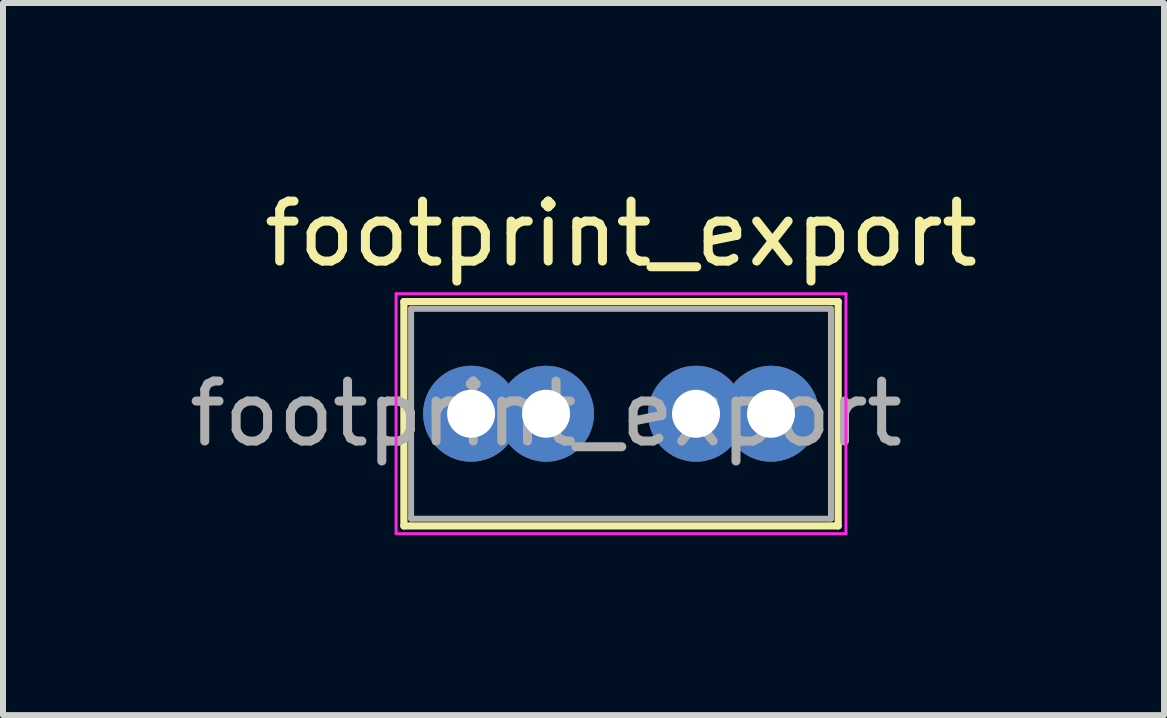
<source format=kicad_pcb>
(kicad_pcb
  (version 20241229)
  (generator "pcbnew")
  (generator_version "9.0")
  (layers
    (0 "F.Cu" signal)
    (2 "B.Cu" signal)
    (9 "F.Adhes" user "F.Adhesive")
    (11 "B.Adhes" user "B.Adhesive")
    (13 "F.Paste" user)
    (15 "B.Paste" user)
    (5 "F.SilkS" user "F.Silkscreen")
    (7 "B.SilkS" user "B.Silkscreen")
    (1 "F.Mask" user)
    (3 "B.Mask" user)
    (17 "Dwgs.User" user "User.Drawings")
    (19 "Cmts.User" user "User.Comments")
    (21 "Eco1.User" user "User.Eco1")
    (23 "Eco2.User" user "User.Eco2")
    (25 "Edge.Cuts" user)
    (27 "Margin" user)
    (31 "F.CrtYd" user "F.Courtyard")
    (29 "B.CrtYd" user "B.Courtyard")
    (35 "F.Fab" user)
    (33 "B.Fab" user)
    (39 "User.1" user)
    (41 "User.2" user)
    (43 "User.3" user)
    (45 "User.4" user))
  (footprint "footprint_export"
    (layer "F.Cu")
    (at 4.804 3.848)
    (property "Reference" "footprint_export" (at 2.5 -3 0) (layer "F.SilkS") (effects (font (size 1 1) (thickness 0.15))))
    (attr through_hole)
    (fp_line (start -1.12 -1.87) (end -1.12 1.87) (stroke (width 0.12) (type solid)) (layer "F.SilkS"))
    (fp_line (start -1.12 -1.87) (end 6.12 -1.87) (stroke (width 0.12) (type solid)) (layer "F.SilkS"))
    (fp_line (start -1.12 1.87) (end 6.12 1.87) (stroke (width 0.12) (type solid)) (layer "F.SilkS"))
    (fp_line (start 6.12 -1.87) (end 6.12 1.87) (stroke (width 0.12) (type solid)) (layer "F.SilkS"))
    (fp_line (start -1.25 -2) (end -1.25 2) (stroke (width 0.05) (type solid)) (layer "F.CrtYd"))
    (fp_line (start -1.25 2) (end 6.25 2) (stroke (width 0.05) (type solid)) (layer "F.CrtYd"))
    (fp_line (start 6.25 -2) (end -1.25 -2) (stroke (width 0.05) (type solid)) (layer "F.CrtYd"))
    (fp_line (start 6.25 2) (end 6.25 -2) (stroke (width 0.05) (type solid)) (layer "F.CrtYd"))
    (fp_line (start -1 -1.75) (end -1 1.75) (stroke (width 0.1) (type solid)) (layer "F.Fab"))
    (fp_line (start -1 1.75) (end 6 1.75) (stroke (width 0.1) (type solid)) (layer "F.Fab"))
    (fp_line (start 6 -1.75) (end -1 -1.75) (stroke (width 0.1) (type solid)) (layer "F.Fab"))
    (fp_line (start 6 1.75) (end 6 -1.75) (stroke (width 0.1) (type solid)) (layer "F.Fab"))
    (fp_text user "${REFERENCE}" (at 1.25 0 0) (layer "F.Fab") (effects (font (size 1 1) (thickness 0.15))))
    (pad "1" thru_hole circle (at 0 0) (size 1.6 1.6) (drill 0.8) (layers "*.Cu" "*.Mask"))
    (pad "1" thru_hole circle (at 1.25 0) (size 1.6 1.6) (drill 0.8) (layers "*.Cu" "*.Mask"))
    (pad "2" thru_hole circle (at 3.75 0) (size 1.6 1.6) (drill 0.8) (layers "*.Cu" "*.Mask"))
    (pad "2" thru_hole circle (at 5 0) (size 1.6 1.6) (drill 0.8) (layers "*.Cu" "*.Mask")))
  (gr_rect
    (start -3 -3)
    (end 16.357 8.873)
    (stroke (width 0.1) (type default))
    (fill no)
    (layer "Edge.Cuts")))
</source>
